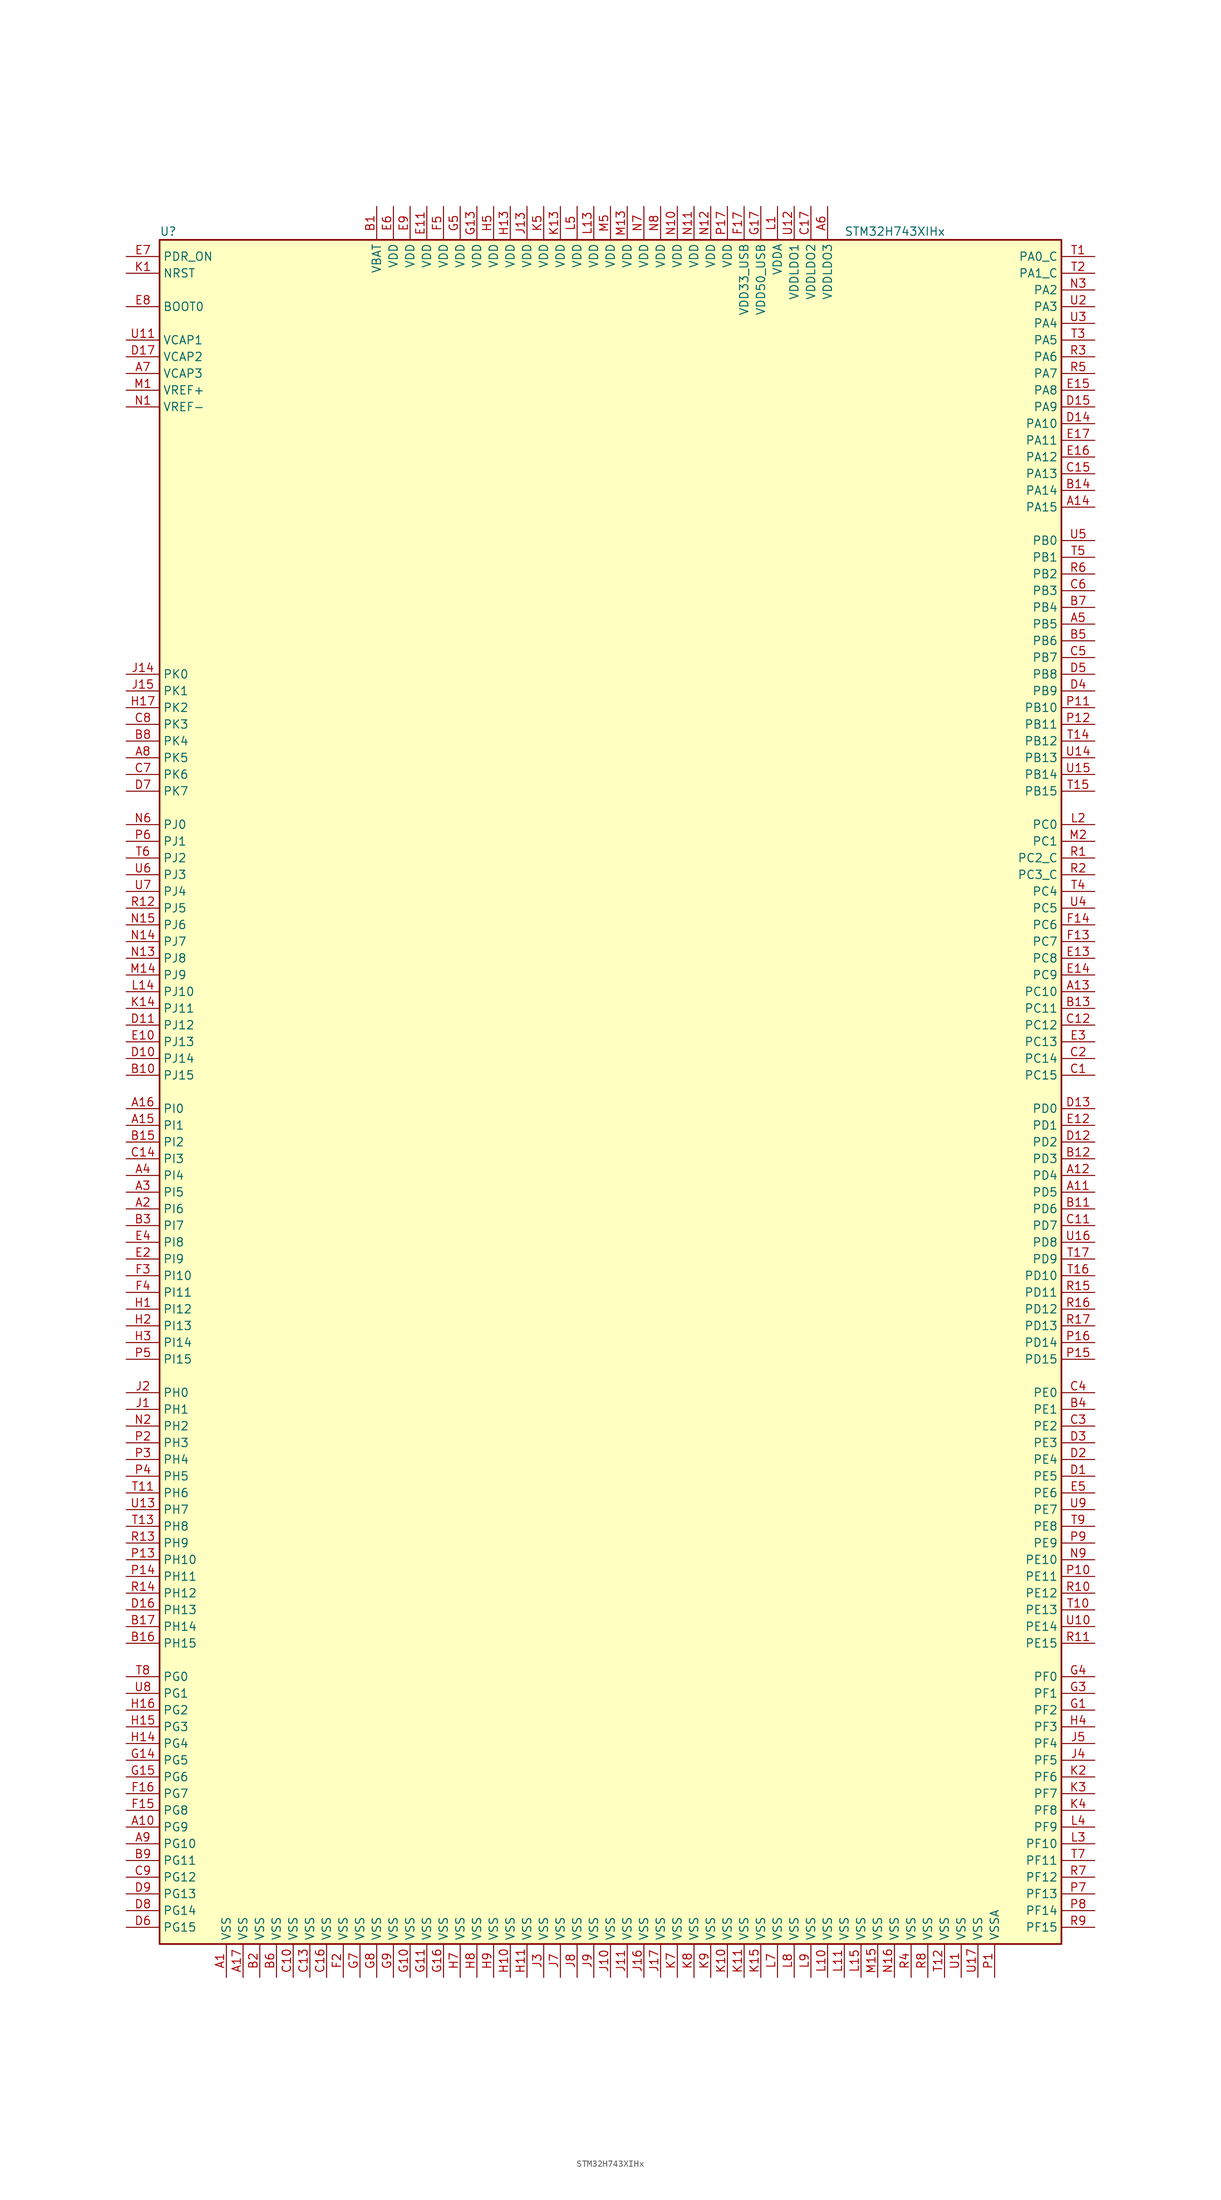
<source format=kicad_sym>
(kicad_symbol_lib
  (version 20201005)
  (generator kicad_symbol_editor)
  (symbol "MCU_ST_STM32H7:STM32H743XIHx"
    (property "Reference" "U"
      (at -68.58 130.81 0)
      (effects (font (size 1.27 1.27)) (justify left)))
    (property "Value" "STM32H743XIHx"
      (at 35.56 130.81 0)
      (effects (font (size 1.27 1.27)) (justify left)))
    (symbol "STM32H743XIHx_0_1"
      (rectangle (start -68.58 -129.54) (end 68.58 129.54) (stroke (width 0.254)) (fill (type background))))
    (symbol "STM32H743XIHx_1_1"
      (pin input line (at -73.66 119.38 0) (length 5.08) (name "BOOT0" (effects (font (size 1.27 1.27)))) (number "E8" (effects (font (size 1.27 1.27)))))
      (pin no_connect line (at -68.58 -127 0) (length 5.08) hide (name "NC" (effects (font (size 1.27 1.27)))) (number "E1" (effects (font (size 1.27 1.27)))))
      (pin no_connect line (at -68.58 -124.46 0) (length 5.08) hide (name "NC" (effects (font (size 1.27 1.27)))) (number "F1" (effects (font (size 1.27 1.27)))))
      (pin no_connect line (at -68.58 -121.92 0) (length 5.08) hide (name "NC" (effects (font (size 1.27 1.27)))) (number "G2" (effects (font (size 1.27 1.27)))))
      (pin no_connect line (at -68.58 -119.38 0) (length 5.08) hide (name "NC" (effects (font (size 1.27 1.27)))) (number "K16" (effects (font (size 1.27 1.27)))))
      (pin no_connect line (at -68.58 -116.84 0) (length 5.08) hide (name "NC" (effects (font (size 1.27 1.27)))) (number "K17" (effects (font (size 1.27 1.27)))))
      (pin no_connect line (at -68.58 -114.3 0) (length 5.08) hide (name "NC" (effects (font (size 1.27 1.27)))) (number "L16" (effects (font (size 1.27 1.27)))))
      (pin no_connect line (at -68.58 -111.76 0) (length 5.08) hide (name "NC" (effects (font (size 1.27 1.27)))) (number "L17" (effects (font (size 1.27 1.27)))))
      (pin no_connect line (at -68.58 -109.22 0) (length 5.08) hide (name "NC" (effects (font (size 1.27 1.27)))) (number "M16" (effects (font (size 1.27 1.27)))))
      (pin no_connect line (at -68.58 -106.68 0) (length 5.08) hide (name "NC" (effects (font (size 1.27 1.27)))) (number "M17" (effects (font (size 1.27 1.27)))))
      (pin no_connect line (at -68.58 -104.14 0) (length 5.08) hide (name "NC" (effects (font (size 1.27 1.27)))) (number "N17" (effects (font (size 1.27 1.27)))))
      (pin input line (at -73.66 124.46 0) (length 5.08) (name "NRST" (effects (font (size 1.27 1.27)))) (number "K1" (effects (font (size 1.27 1.27)))))
      (pin bidirectional line (at 73.66 127 180) (length 5.08) (name "PA0_C" (effects (font (size 1.27 1.27)))) (number "T1" (effects (font (size 1.27 1.27)))))
      (pin bidirectional line (at 73.66 101.6 180) (length 5.08) (name "PA10" (effects (font (size 1.27 1.27)))) (number "D14" (effects (font (size 1.27 1.27)))))
      (pin bidirectional line (at 73.66 99.06 180) (length 5.08) (name "PA11" (effects (font (size 1.27 1.27)))) (number "E17" (effects (font (size 1.27 1.27)))))
      (pin bidirectional line (at 73.66 96.52 180) (length 5.08) (name "PA12" (effects (font (size 1.27 1.27)))) (number "E16" (effects (font (size 1.27 1.27)))))
      (pin bidirectional line (at 73.66 93.98 180) (length 5.08) (name "PA13" (effects (font (size 1.27 1.27)))) (number "C15" (effects (font (size 1.27 1.27)))))
      (pin bidirectional line (at 73.66 91.44 180) (length 5.08) (name "PA14" (effects (font (size 1.27 1.27)))) (number "B14" (effects (font (size 1.27 1.27)))))
      (pin bidirectional line (at 73.66 88.9 180) (length 5.08) (name "PA15" (effects (font (size 1.27 1.27)))) (number "A14" (effects (font (size 1.27 1.27)))))
      (pin bidirectional line (at 73.66 124.46 180) (length 5.08) (name "PA1_C" (effects (font (size 1.27 1.27)))) (number "T2" (effects (font (size 1.27 1.27)))))
      (pin bidirectional line (at 73.66 121.92 180) (length 5.08) (name "PA2" (effects (font (size 1.27 1.27)))) (number "N3" (effects (font (size 1.27 1.27)))))
      (pin bidirectional line (at 73.66 119.38 180) (length 5.08) (name "PA3" (effects (font (size 1.27 1.27)))) (number "U2" (effects (font (size 1.27 1.27)))))
      (pin bidirectional line (at 73.66 116.84 180) (length 5.08) (name "PA4" (effects (font (size 1.27 1.27)))) (number "U3" (effects (font (size 1.27 1.27)))))
      (pin bidirectional line (at 73.66 114.3 180) (length 5.08) (name "PA5" (effects (font (size 1.27 1.27)))) (number "T3" (effects (font (size 1.27 1.27)))))
      (pin bidirectional line (at 73.66 111.76 180) (length 5.08) (name "PA6" (effects (font (size 1.27 1.27)))) (number "R3" (effects (font (size 1.27 1.27)))))
      (pin bidirectional line (at 73.66 109.22 180) (length 5.08) (name "PA7" (effects (font (size 1.27 1.27)))) (number "R5" (effects (font (size 1.27 1.27)))))
      (pin bidirectional line (at 73.66 106.68 180) (length 5.08) (name "PA8" (effects (font (size 1.27 1.27)))) (number "E15" (effects (font (size 1.27 1.27)))))
      (pin bidirectional line (at 73.66 104.14 180) (length 5.08) (name "PA9" (effects (font (size 1.27 1.27)))) (number "D15" (effects (font (size 1.27 1.27)))))
      (pin bidirectional line (at 73.66 83.82 180) (length 5.08) (name "PB0" (effects (font (size 1.27 1.27)))) (number "U5" (effects (font (size 1.27 1.27)))))
      (pin bidirectional line (at 73.66 81.28 180) (length 5.08) (name "PB1" (effects (font (size 1.27 1.27)))) (number "T5" (effects (font (size 1.27 1.27)))))
      (pin bidirectional line (at 73.66 58.42 180) (length 5.08) (name "PB10" (effects (font (size 1.27 1.27)))) (number "P11" (effects (font (size 1.27 1.27)))))
      (pin bidirectional line (at 73.66 55.88 180) (length 5.08) (name "PB11" (effects (font (size 1.27 1.27)))) (number "P12" (effects (font (size 1.27 1.27)))))
      (pin bidirectional line (at 73.66 53.34 180) (length 5.08) (name "PB12" (effects (font (size 1.27 1.27)))) (number "T14" (effects (font (size 1.27 1.27)))))
      (pin bidirectional line (at 73.66 50.8 180) (length 5.08) (name "PB13" (effects (font (size 1.27 1.27)))) (number "U14" (effects (font (size 1.27 1.27)))))
      (pin bidirectional line (at 73.66 48.26 180) (length 5.08) (name "PB14" (effects (font (size 1.27 1.27)))) (number "U15" (effects (font (size 1.27 1.27)))))
      (pin bidirectional line (at 73.66 45.72 180) (length 5.08) (name "PB15" (effects (font (size 1.27 1.27)))) (number "T15" (effects (font (size 1.27 1.27)))))
      (pin bidirectional line (at 73.66 78.74 180) (length 5.08) (name "PB2" (effects (font (size 1.27 1.27)))) (number "R6" (effects (font (size 1.27 1.27)))))
      (pin bidirectional line (at 73.66 76.2 180) (length 5.08) (name "PB3" (effects (font (size 1.27 1.27)))) (number "C6" (effects (font (size 1.27 1.27)))))
      (pin bidirectional line (at 73.66 73.66 180) (length 5.08) (name "PB4" (effects (font (size 1.27 1.27)))) (number "B7" (effects (font (size 1.27 1.27)))))
      (pin bidirectional line (at 73.66 71.12 180) (length 5.08) (name "PB5" (effects (font (size 1.27 1.27)))) (number "A5" (effects (font (size 1.27 1.27)))))
      (pin bidirectional line (at 73.66 68.58 180) (length 5.08) (name "PB6" (effects (font (size 1.27 1.27)))) (number "B5" (effects (font (size 1.27 1.27)))))
      (pin bidirectional line (at 73.66 66.04 180) (length 5.08) (name "PB7" (effects (font (size 1.27 1.27)))) (number "C5" (effects (font (size 1.27 1.27)))))
      (pin bidirectional line (at 73.66 63.5 180) (length 5.08) (name "PB8" (effects (font (size 1.27 1.27)))) (number "D5" (effects (font (size 1.27 1.27)))))
      (pin bidirectional line (at 73.66 60.96 180) (length 5.08) (name "PB9" (effects (font (size 1.27 1.27)))) (number "D4" (effects (font (size 1.27 1.27)))))
      (pin bidirectional line (at 73.66 40.64 180) (length 5.08) (name "PC0" (effects (font (size 1.27 1.27)))) (number "L2" (effects (font (size 1.27 1.27)))))
      (pin bidirectional line (at 73.66 38.1 180) (length 5.08) (name "PC1" (effects (font (size 1.27 1.27)))) (number "M2" (effects (font (size 1.27 1.27)))))
      (pin bidirectional line (at 73.66 15.24 180) (length 5.08) (name "PC10" (effects (font (size 1.27 1.27)))) (number "A13" (effects (font (size 1.27 1.27)))))
      (pin bidirectional line (at 73.66 12.7 180) (length 5.08) (name "PC11" (effects (font (size 1.27 1.27)))) (number "B13" (effects (font (size 1.27 1.27)))))
      (pin bidirectional line (at 73.66 10.16 180) (length 5.08) (name "PC12" (effects (font (size 1.27 1.27)))) (number "C12" (effects (font (size 1.27 1.27)))))
      (pin bidirectional line (at 73.66 7.62 180) (length 5.08) (name "PC13" (effects (font (size 1.27 1.27)))) (number "E3" (effects (font (size 1.27 1.27)))))
      (pin bidirectional line (at 73.66 5.08 180) (length 5.08) (name "PC14" (effects (font (size 1.27 1.27)))) (number "C2" (effects (font (size 1.27 1.27)))))
      (pin bidirectional line (at 73.66 2.54 180) (length 5.08) (name "PC15" (effects (font (size 1.27 1.27)))) (number "C1" (effects (font (size 1.27 1.27)))))
      (pin bidirectional line (at 73.66 35.56 180) (length 5.08) (name "PC2_C" (effects (font (size 1.27 1.27)))) (number "R1" (effects (font (size 1.27 1.27)))))
      (pin bidirectional line (at 73.66 33.02 180) (length 5.08) (name "PC3_C" (effects (font (size 1.27 1.27)))) (number "R2" (effects (font (size 1.27 1.27)))))
      (pin bidirectional line (at 73.66 30.48 180) (length 5.08) (name "PC4" (effects (font (size 1.27 1.27)))) (number "T4" (effects (font (size 1.27 1.27)))))
      (pin bidirectional line (at 73.66 27.94 180) (length 5.08) (name "PC5" (effects (font (size 1.27 1.27)))) (number "U4" (effects (font (size 1.27 1.27)))))
      (pin bidirectional line (at 73.66 25.4 180) (length 5.08) (name "PC6" (effects (font (size 1.27 1.27)))) (number "F14" (effects (font (size 1.27 1.27)))))
      (pin bidirectional line (at 73.66 22.86 180) (length 5.08) (name "PC7" (effects (font (size 1.27 1.27)))) (number "F13" (effects (font (size 1.27 1.27)))))
      (pin bidirectional line (at 73.66 20.32 180) (length 5.08) (name "PC8" (effects (font (size 1.27 1.27)))) (number "E13" (effects (font (size 1.27 1.27)))))
      (pin bidirectional line (at 73.66 17.78 180) (length 5.08) (name "PC9" (effects (font (size 1.27 1.27)))) (number "E14" (effects (font (size 1.27 1.27)))))
      (pin bidirectional line (at 73.66 -2.54 180) (length 5.08) (name "PD0" (effects (font (size 1.27 1.27)))) (number "D13" (effects (font (size 1.27 1.27)))))
      (pin bidirectional line (at 73.66 -5.08 180) (length 5.08) (name "PD1" (effects (font (size 1.27 1.27)))) (number "E12" (effects (font (size 1.27 1.27)))))
      (pin bidirectional line (at 73.66 -27.94 180) (length 5.08) (name "PD10" (effects (font (size 1.27 1.27)))) (number "T16" (effects (font (size 1.27 1.27)))))
      (pin bidirectional line (at 73.66 -30.48 180) (length 5.08) (name "PD11" (effects (font (size 1.27 1.27)))) (number "R15" (effects (font (size 1.27 1.27)))))
      (pin bidirectional line (at 73.66 -33.02 180) (length 5.08) (name "PD12" (effects (font (size 1.27 1.27)))) (number "R16" (effects (font (size 1.27 1.27)))))
      (pin bidirectional line (at 73.66 -35.56 180) (length 5.08) (name "PD13" (effects (font (size 1.27 1.27)))) (number "R17" (effects (font (size 1.27 1.27)))))
      (pin bidirectional line (at 73.66 -38.1 180) (length 5.08) (name "PD14" (effects (font (size 1.27 1.27)))) (number "P16" (effects (font (size 1.27 1.27)))))
      (pin bidirectional line (at 73.66 -40.64 180) (length 5.08) (name "PD15" (effects (font (size 1.27 1.27)))) (number "P15" (effects (font (size 1.27 1.27)))))
      (pin bidirectional line (at 73.66 -7.62 180) (length 5.08) (name "PD2" (effects (font (size 1.27 1.27)))) (number "D12" (effects (font (size 1.27 1.27)))))
      (pin bidirectional line (at 73.66 -10.16 180) (length 5.08) (name "PD3" (effects (font (size 1.27 1.27)))) (number "B12" (effects (font (size 1.27 1.27)))))
      (pin bidirectional line (at 73.66 -12.7 180) (length 5.08) (name "PD4" (effects (font (size 1.27 1.27)))) (number "A12" (effects (font (size 1.27 1.27)))))
      (pin bidirectional line (at 73.66 -15.24 180) (length 5.08) (name "PD5" (effects (font (size 1.27 1.27)))) (number "A11" (effects (font (size 1.27 1.27)))))
      (pin bidirectional line (at 73.66 -17.78 180) (length 5.08) (name "PD6" (effects (font (size 1.27 1.27)))) (number "B11" (effects (font (size 1.27 1.27)))))
      (pin bidirectional line (at 73.66 -20.32 180) (length 5.08) (name "PD7" (effects (font (size 1.27 1.27)))) (number "C11" (effects (font (size 1.27 1.27)))))
      (pin bidirectional line (at 73.66 -22.86 180) (length 5.08) (name "PD8" (effects (font (size 1.27 1.27)))) (number "U16" (effects (font (size 1.27 1.27)))))
      (pin bidirectional line (at 73.66 -25.4 180) (length 5.08) (name "PD9" (effects (font (size 1.27 1.27)))) (number "T17" (effects (font (size 1.27 1.27)))))
      (pin input line (at -73.66 127 0) (length 5.08) (name "PDR_ON" (effects (font (size 1.27 1.27)))) (number "E7" (effects (font (size 1.27 1.27)))))
      (pin bidirectional line (at 73.66 -45.72 180) (length 5.08) (name "PE0" (effects (font (size 1.27 1.27)))) (number "C4" (effects (font (size 1.27 1.27)))))
      (pin bidirectional line (at 73.66 -48.26 180) (length 5.08) (name "PE1" (effects (font (size 1.27 1.27)))) (number "B4" (effects (font (size 1.27 1.27)))))
      (pin bidirectional line (at 73.66 -71.12 180) (length 5.08) (name "PE10" (effects (font (size 1.27 1.27)))) (number "N9" (effects (font (size 1.27 1.27)))))
      (pin bidirectional line (at 73.66 -73.66 180) (length 5.08) (name "PE11" (effects (font (size 1.27 1.27)))) (number "P10" (effects (font (size 1.27 1.27)))))
      (pin bidirectional line (at 73.66 -76.2 180) (length 5.08) (name "PE12" (effects (font (size 1.27 1.27)))) (number "R10" (effects (font (size 1.27 1.27)))))
      (pin bidirectional line (at 73.66 -78.74 180) (length 5.08) (name "PE13" (effects (font (size 1.27 1.27)))) (number "T10" (effects (font (size 1.27 1.27)))))
      (pin bidirectional line (at 73.66 -81.28 180) (length 5.08) (name "PE14" (effects (font (size 1.27 1.27)))) (number "U10" (effects (font (size 1.27 1.27)))))
      (pin bidirectional line (at 73.66 -83.82 180) (length 5.08) (name "PE15" (effects (font (size 1.27 1.27)))) (number "R11" (effects (font (size 1.27 1.27)))))
      (pin bidirectional line (at 73.66 -50.8 180) (length 5.08) (name "PE2" (effects (font (size 1.27 1.27)))) (number "C3" (effects (font (size 1.27 1.27)))))
      (pin bidirectional line (at 73.66 -53.34 180) (length 5.08) (name "PE3" (effects (font (size 1.27 1.27)))) (number "D3" (effects (font (size 1.27 1.27)))))
      (pin bidirectional line (at 73.66 -55.88 180) (length 5.08) (name "PE4" (effects (font (size 1.27 1.27)))) (number "D2" (effects (font (size 1.27 1.27)))))
      (pin bidirectional line (at 73.66 -58.42 180) (length 5.08) (name "PE5" (effects (font (size 1.27 1.27)))) (number "D1" (effects (font (size 1.27 1.27)))))
      (pin bidirectional line (at 73.66 -60.96 180) (length 5.08) (name "PE6" (effects (font (size 1.27 1.27)))) (number "E5" (effects (font (size 1.27 1.27)))))
      (pin bidirectional line (at 73.66 -63.5 180) (length 5.08) (name "PE7" (effects (font (size 1.27 1.27)))) (number "U9" (effects (font (size 1.27 1.27)))))
      (pin bidirectional line (at 73.66 -66.04 180) (length 5.08) (name "PE8" (effects (font (size 1.27 1.27)))) (number "T9" (effects (font (size 1.27 1.27)))))
      (pin bidirectional line (at 73.66 -68.58 180) (length 5.08) (name "PE9" (effects (font (size 1.27 1.27)))) (number "P9" (effects (font (size 1.27 1.27)))))
      (pin bidirectional line (at 73.66 -88.9 180) (length 5.08) (name "PF0" (effects (font (size 1.27 1.27)))) (number "G4" (effects (font (size 1.27 1.27)))))
      (pin bidirectional line (at 73.66 -91.44 180) (length 5.08) (name "PF1" (effects (font (size 1.27 1.27)))) (number "G3" (effects (font (size 1.27 1.27)))))
      (pin bidirectional line (at 73.66 -114.3 180) (length 5.08) (name "PF10" (effects (font (size 1.27 1.27)))) (number "L3" (effects (font (size 1.27 1.27)))))
      (pin bidirectional line (at 73.66 -116.84 180) (length 5.08) (name "PF11" (effects (font (size 1.27 1.27)))) (number "T7" (effects (font (size 1.27 1.27)))))
      (pin bidirectional line (at 73.66 -119.38 180) (length 5.08) (name "PF12" (effects (font (size 1.27 1.27)))) (number "R7" (effects (font (size 1.27 1.27)))))
      (pin bidirectional line (at 73.66 -121.92 180) (length 5.08) (name "PF13" (effects (font (size 1.27 1.27)))) (number "P7" (effects (font (size 1.27 1.27)))))
      (pin bidirectional line (at 73.66 -124.46 180) (length 5.08) (name "PF14" (effects (font (size 1.27 1.27)))) (number "P8" (effects (font (size 1.27 1.27)))))
      (pin bidirectional line (at 73.66 -127 180) (length 5.08) (name "PF15" (effects (font (size 1.27 1.27)))) (number "R9" (effects (font (size 1.27 1.27)))))
      (pin bidirectional line (at 73.66 -93.98 180) (length 5.08) (name "PF2" (effects (font (size 1.27 1.27)))) (number "G1" (effects (font (size 1.27 1.27)))))
      (pin bidirectional line (at 73.66 -96.52 180) (length 5.08) (name "PF3" (effects (font (size 1.27 1.27)))) (number "H4" (effects (font (size 1.27 1.27)))))
      (pin bidirectional line (at 73.66 -99.06 180) (length 5.08) (name "PF4" (effects (font (size 1.27 1.27)))) (number "J5" (effects (font (size 1.27 1.27)))))
      (pin bidirectional line (at 73.66 -101.6 180) (length 5.08) (name "PF5" (effects (font (size 1.27 1.27)))) (number "J4" (effects (font (size 1.27 1.27)))))
      (pin bidirectional line (at 73.66 -104.14 180) (length 5.08) (name "PF6" (effects (font (size 1.27 1.27)))) (number "K2" (effects (font (size 1.27 1.27)))))
      (pin bidirectional line (at 73.66 -106.68 180) (length 5.08) (name "PF7" (effects (font (size 1.27 1.27)))) (number "K3" (effects (font (size 1.27 1.27)))))
      (pin bidirectional line (at 73.66 -109.22 180) (length 5.08) (name "PF8" (effects (font (size 1.27 1.27)))) (number "K4" (effects (font (size 1.27 1.27)))))
      (pin bidirectional line (at 73.66 -111.76 180) (length 5.08) (name "PF9" (effects (font (size 1.27 1.27)))) (number "L4" (effects (font (size 1.27 1.27)))))
      (pin bidirectional line (at -73.66 -88.9 0) (length 5.08) (name "PG0" (effects (font (size 1.27 1.27)))) (number "T8" (effects (font (size 1.27 1.27)))))
      (pin bidirectional line (at -73.66 -91.44 0) (length 5.08) (name "PG1" (effects (font (size 1.27 1.27)))) (number "U8" (effects (font (size 1.27 1.27)))))
      (pin bidirectional line (at -73.66 -114.3 0) (length 5.08) (name "PG10" (effects (font (size 1.27 1.27)))) (number "A9" (effects (font (size 1.27 1.27)))))
      (pin bidirectional line (at -73.66 -116.84 0) (length 5.08) (name "PG11" (effects (font (size 1.27 1.27)))) (number "B9" (effects (font (size 1.27 1.27)))))
      (pin bidirectional line (at -73.66 -119.38 0) (length 5.08) (name "PG12" (effects (font (size 1.27 1.27)))) (number "C9" (effects (font (size 1.27 1.27)))))
      (pin bidirectional line (at -73.66 -121.92 0) (length 5.08) (name "PG13" (effects (font (size 1.27 1.27)))) (number "D9" (effects (font (size 1.27 1.27)))))
      (pin bidirectional line (at -73.66 -124.46 0) (length 5.08) (name "PG14" (effects (font (size 1.27 1.27)))) (number "D8" (effects (font (size 1.27 1.27)))))
      (pin bidirectional line (at -73.66 -127 0) (length 5.08) (name "PG15" (effects (font (size 1.27 1.27)))) (number "D6" (effects (font (size 1.27 1.27)))))
      (pin bidirectional line (at -73.66 -93.98 0) (length 5.08) (name "PG2" (effects (font (size 1.27 1.27)))) (number "H16" (effects (font (size 1.27 1.27)))))
      (pin bidirectional line (at -73.66 -96.52 0) (length 5.08) (name "PG3" (effects (font (size 1.27 1.27)))) (number "H15" (effects (font (size 1.27 1.27)))))
      (pin bidirectional line (at -73.66 -99.06 0) (length 5.08) (name "PG4" (effects (font (size 1.27 1.27)))) (number "H14" (effects (font (size 1.27 1.27)))))
      (pin bidirectional line (at -73.66 -101.6 0) (length 5.08) (name "PG5" (effects (font (size 1.27 1.27)))) (number "G14" (effects (font (size 1.27 1.27)))))
      (pin bidirectional line (at -73.66 -104.14 0) (length 5.08) (name "PG6" (effects (font (size 1.27 1.27)))) (number "G15" (effects (font (size 1.27 1.27)))))
      (pin bidirectional line (at -73.66 -106.68 0) (length 5.08) (name "PG7" (effects (font (size 1.27 1.27)))) (number "F16" (effects (font (size 1.27 1.27)))))
      (pin bidirectional line (at -73.66 -109.22 0) (length 5.08) (name "PG8" (effects (font (size 1.27 1.27)))) (number "F15" (effects (font (size 1.27 1.27)))))
      (pin bidirectional line (at -73.66 -111.76 0) (length 5.08) (name "PG9" (effects (font (size 1.27 1.27)))) (number "A10" (effects (font (size 1.27 1.27)))))
      (pin input line (at -73.66 -45.72 0) (length 5.08) (name "PH0" (effects (font (size 1.27 1.27)))) (number "J2" (effects (font (size 1.27 1.27)))))
      (pin input line (at -73.66 -48.26 0) (length 5.08) (name "PH1" (effects (font (size 1.27 1.27)))) (number "J1" (effects (font (size 1.27 1.27)))))
      (pin bidirectional line (at -73.66 -71.12 0) (length 5.08) (name "PH10" (effects (font (size 1.27 1.27)))) (number "P13" (effects (font (size 1.27 1.27)))))
      (pin bidirectional line (at -73.66 -73.66 0) (length 5.08) (name "PH11" (effects (font (size 1.27 1.27)))) (number "P14" (effects (font (size 1.27 1.27)))))
      (pin bidirectional line (at -73.66 -76.2 0) (length 5.08) (name "PH12" (effects (font (size 1.27 1.27)))) (number "R14" (effects (font (size 1.27 1.27)))))
      (pin bidirectional line (at -73.66 -78.74 0) (length 5.08) (name "PH13" (effects (font (size 1.27 1.27)))) (number "D16" (effects (font (size 1.27 1.27)))))
      (pin bidirectional line (at -73.66 -81.28 0) (length 5.08) (name "PH14" (effects (font (size 1.27 1.27)))) (number "B17" (effects (font (size 1.27 1.27)))))
      (pin bidirectional line (at -73.66 -83.82 0) (length 5.08) (name "PH15" (effects (font (size 1.27 1.27)))) (number "B16" (effects (font (size 1.27 1.27)))))
      (pin bidirectional line (at -73.66 -50.8 0) (length 5.08) (name "PH2" (effects (font (size 1.27 1.27)))) (number "N2" (effects (font (size 1.27 1.27)))))
      (pin bidirectional line (at -73.66 -53.34 0) (length 5.08) (name "PH3" (effects (font (size 1.27 1.27)))) (number "P2" (effects (font (size 1.27 1.27)))))
      (pin bidirectional line (at -73.66 -55.88 0) (length 5.08) (name "PH4" (effects (font (size 1.27 1.27)))) (number "P3" (effects (font (size 1.27 1.27)))))
      (pin bidirectional line (at -73.66 -58.42 0) (length 5.08) (name "PH5" (effects (font (size 1.27 1.27)))) (number "P4" (effects (font (size 1.27 1.27)))))
      (pin bidirectional line (at -73.66 -60.96 0) (length 5.08) (name "PH6" (effects (font (size 1.27 1.27)))) (number "T11" (effects (font (size 1.27 1.27)))))
      (pin bidirectional line (at -73.66 -63.5 0) (length 5.08) (name "PH7" (effects (font (size 1.27 1.27)))) (number "U13" (effects (font (size 1.27 1.27)))))
      (pin bidirectional line (at -73.66 -66.04 0) (length 5.08) (name "PH8" (effects (font (size 1.27 1.27)))) (number "T13" (effects (font (size 1.27 1.27)))))
      (pin bidirectional line (at -73.66 -68.58 0) (length 5.08) (name "PH9" (effects (font (size 1.27 1.27)))) (number "R13" (effects (font (size 1.27 1.27)))))
      (pin bidirectional line (at -73.66 -2.54 0) (length 5.08) (name "PI0" (effects (font (size 1.27 1.27)))) (number "A16" (effects (font (size 1.27 1.27)))))
      (pin bidirectional line (at -73.66 -5.08 0) (length 5.08) (name "PI1" (effects (font (size 1.27 1.27)))) (number "A15" (effects (font (size 1.27 1.27)))))
      (pin bidirectional line (at -73.66 -27.94 0) (length 5.08) (name "PI10" (effects (font (size 1.27 1.27)))) (number "F3" (effects (font (size 1.27 1.27)))))
      (pin bidirectional line (at -73.66 -30.48 0) (length 5.08) (name "PI11" (effects (font (size 1.27 1.27)))) (number "F4" (effects (font (size 1.27 1.27)))))
      (pin bidirectional line (at -73.66 -33.02 0) (length 5.08) (name "PI12" (effects (font (size 1.27 1.27)))) (number "H1" (effects (font (size 1.27 1.27)))))
      (pin bidirectional line (at -73.66 -35.56 0) (length 5.08) (name "PI13" (effects (font (size 1.27 1.27)))) (number "H2" (effects (font (size 1.27 1.27)))))
      (pin bidirectional line (at -73.66 -38.1 0) (length 5.08) (name "PI14" (effects (font (size 1.27 1.27)))) (number "H3" (effects (font (size 1.27 1.27)))))
      (pin bidirectional line (at -73.66 -40.64 0) (length 5.08) (name "PI15" (effects (font (size 1.27 1.27)))) (number "P5" (effects (font (size 1.27 1.27)))))
      (pin bidirectional line (at -73.66 -7.62 0) (length 5.08) (name "PI2" (effects (font (size 1.27 1.27)))) (number "B15" (effects (font (size 1.27 1.27)))))
      (pin bidirectional line (at -73.66 -10.16 0) (length 5.08) (name "PI3" (effects (font (size 1.27 1.27)))) (number "C14" (effects (font (size 1.27 1.27)))))
      (pin bidirectional line (at -73.66 -12.7 0) (length 5.08) (name "PI4" (effects (font (size 1.27 1.27)))) (number "A4" (effects (font (size 1.27 1.27)))))
      (pin bidirectional line (at -73.66 -15.24 0) (length 5.08) (name "PI5" (effects (font (size 1.27 1.27)))) (number "A3" (effects (font (size 1.27 1.27)))))
      (pin bidirectional line (at -73.66 -17.78 0) (length 5.08) (name "PI6" (effects (font (size 1.27 1.27)))) (number "A2" (effects (font (size 1.27 1.27)))))
      (pin bidirectional line (at -73.66 -20.32 0) (length 5.08) (name "PI7" (effects (font (size 1.27 1.27)))) (number "B3" (effects (font (size 1.27 1.27)))))
      (pin bidirectional line (at -73.66 -22.86 0) (length 5.08) (name "PI8" (effects (font (size 1.27 1.27)))) (number "E4" (effects (font (size 1.27 1.27)))))
      (pin bidirectional line (at -73.66 -25.4 0) (length 5.08) (name "PI9" (effects (font (size 1.27 1.27)))) (number "E2" (effects (font (size 1.27 1.27)))))
      (pin bidirectional line (at -73.66 40.64 0) (length 5.08) (name "PJ0" (effects (font (size 1.27 1.27)))) (number "N6" (effects (font (size 1.27 1.27)))))
      (pin bidirectional line (at -73.66 38.1 0) (length 5.08) (name "PJ1" (effects (font (size 1.27 1.27)))) (number "P6" (effects (font (size 1.27 1.27)))))
      (pin bidirectional line (at -73.66 15.24 0) (length 5.08) (name "PJ10" (effects (font (size 1.27 1.27)))) (number "L14" (effects (font (size 1.27 1.27)))))
      (pin bidirectional line (at -73.66 12.7 0) (length 5.08) (name "PJ11" (effects (font (size 1.27 1.27)))) (number "K14" (effects (font (size 1.27 1.27)))))
      (pin bidirectional line (at -73.66 10.16 0) (length 5.08) (name "PJ12" (effects (font (size 1.27 1.27)))) (number "D11" (effects (font (size 1.27 1.27)))))
      (pin bidirectional line (at -73.66 7.62 0) (length 5.08) (name "PJ13" (effects (font (size 1.27 1.27)))) (number "E10" (effects (font (size 1.27 1.27)))))
      (pin bidirectional line (at -73.66 5.08 0) (length 5.08) (name "PJ14" (effects (font (size 1.27 1.27)))) (number "D10" (effects (font (size 1.27 1.27)))))
      (pin bidirectional line (at -73.66 2.54 0) (length 5.08) (name "PJ15" (effects (font (size 1.27 1.27)))) (number "B10" (effects (font (size 1.27 1.27)))))
      (pin bidirectional line (at -73.66 35.56 0) (length 5.08) (name "PJ2" (effects (font (size 1.27 1.27)))) (number "T6" (effects (font (size 1.27 1.27)))))
      (pin bidirectional line (at -73.66 33.02 0) (length 5.08) (name "PJ3" (effects (font (size 1.27 1.27)))) (number "U6" (effects (font (size 1.27 1.27)))))
      (pin bidirectional line (at -73.66 30.48 0) (length 5.08) (name "PJ4" (effects (font (size 1.27 1.27)))) (number "U7" (effects (font (size 1.27 1.27)))))
      (pin bidirectional line (at -73.66 27.94 0) (length 5.08) (name "PJ5" (effects (font (size 1.27 1.27)))) (number "R12" (effects (font (size 1.27 1.27)))))
      (pin bidirectional line (at -73.66 25.4 0) (length 5.08) (name "PJ6" (effects (font (size 1.27 1.27)))) (number "N15" (effects (font (size 1.27 1.27)))))
      (pin bidirectional line (at -73.66 22.86 0) (length 5.08) (name "PJ7" (effects (font (size 1.27 1.27)))) (number "N14" (effects (font (size 1.27 1.27)))))
      (pin bidirectional line (at -73.66 20.32 0) (length 5.08) (name "PJ8" (effects (font (size 1.27 1.27)))) (number "N13" (effects (font (size 1.27 1.27)))))
      (pin bidirectional line (at -73.66 17.78 0) (length 5.08) (name "PJ9" (effects (font (size 1.27 1.27)))) (number "M14" (effects (font (size 1.27 1.27)))))
      (pin bidirectional line (at -73.66 63.5 0) (length 5.08) (name "PK0" (effects (font (size 1.27 1.27)))) (number "J14" (effects (font (size 1.27 1.27)))))
      (pin bidirectional line (at -73.66 60.96 0) (length 5.08) (name "PK1" (effects (font (size 1.27 1.27)))) (number "J15" (effects (font (size 1.27 1.27)))))
      (pin bidirectional line (at -73.66 58.42 0) (length 5.08) (name "PK2" (effects (font (size 1.27 1.27)))) (number "H17" (effects (font (size 1.27 1.27)))))
      (pin bidirectional line (at -73.66 55.88 0) (length 5.08) (name "PK3" (effects (font (size 1.27 1.27)))) (number "C8" (effects (font (size 1.27 1.27)))))
      (pin bidirectional line (at -73.66 53.34 0) (length 5.08) (name "PK4" (effects (font (size 1.27 1.27)))) (number "B8" (effects (font (size 1.27 1.27)))))
      (pin bidirectional line (at -73.66 50.8 0) (length 5.08) (name "PK5" (effects (font (size 1.27 1.27)))) (number "A8" (effects (font (size 1.27 1.27)))))
      (pin bidirectional line (at -73.66 48.26 0) (length 5.08) (name "PK6" (effects (font (size 1.27 1.27)))) (number "C7" (effects (font (size 1.27 1.27)))))
      (pin bidirectional line (at -73.66 45.72 0) (length 5.08) (name "PK7" (effects (font (size 1.27 1.27)))) (number "D7" (effects (font (size 1.27 1.27)))))
      (pin power_in line (at -35.56 134.62 270) (length 5.08) (name "VBAT" (effects (font (size 1.27 1.27)))) (number "B1" (effects (font (size 1.27 1.27)))))
      (pin power_in line (at -73.66 114.3 0) (length 5.08) (name "VCAP1" (effects (font (size 1.27 1.27)))) (number "U11" (effects (font (size 1.27 1.27)))))
      (pin power_in line (at -73.66 111.76 0) (length 5.08) (name "VCAP2" (effects (font (size 1.27 1.27)))) (number "D17" (effects (font (size 1.27 1.27)))))
      (pin power_in line (at -73.66 109.22 0) (length 5.08) (name "VCAP3" (effects (font (size 1.27 1.27)))) (number "A7" (effects (font (size 1.27 1.27)))))
      (pin power_in line (at -27.94 134.62 270) (length 5.08) (name "VDD" (effects (font (size 1.27 1.27)))) (number "E11" (effects (font (size 1.27 1.27)))))
      (pin power_in line (at -33.02 134.62 270) (length 5.08) (name "VDD" (effects (font (size 1.27 1.27)))) (number "E6" (effects (font (size 1.27 1.27)))))
      (pin power_in line (at -30.48 134.62 270) (length 5.08) (name "VDD" (effects (font (size 1.27 1.27)))) (number "E9" (effects (font (size 1.27 1.27)))))
      (pin power_in line (at -25.4 134.62 270) (length 5.08) (name "VDD" (effects (font (size 1.27 1.27)))) (number "F5" (effects (font (size 1.27 1.27)))))
      (pin power_in line (at -20.32 134.62 270) (length 5.08) (name "VDD" (effects (font (size 1.27 1.27)))) (number "G13" (effects (font (size 1.27 1.27)))))
      (pin power_in line (at -22.86 134.62 270) (length 5.08) (name "VDD" (effects (font (size 1.27 1.27)))) (number "G5" (effects (font (size 1.27 1.27)))))
      (pin power_in line (at -15.24 134.62 270) (length 5.08) (name "VDD" (effects (font (size 1.27 1.27)))) (number "H13" (effects (font (size 1.27 1.27)))))
      (pin power_in line (at -17.78 134.62 270) (length 5.08) (name "VDD" (effects (font (size 1.27 1.27)))) (number "H5" (effects (font (size 1.27 1.27)))))
      (pin power_in line (at -12.7 134.62 270) (length 5.08) (name "VDD" (effects (font (size 1.27 1.27)))) (number "J13" (effects (font (size 1.27 1.27)))))
      (pin power_in line (at -7.62 134.62 270) (length 5.08) (name "VDD" (effects (font (size 1.27 1.27)))) (number "K13" (effects (font (size 1.27 1.27)))))
      (pin power_in line (at -10.16 134.62 270) (length 5.08) (name "VDD" (effects (font (size 1.27 1.27)))) (number "K5" (effects (font (size 1.27 1.27)))))
      (pin power_in line (at -2.54 134.62 270) (length 5.08) (name "VDD" (effects (font (size 1.27 1.27)))) (number "L13" (effects (font (size 1.27 1.27)))))
      (pin power_in line (at -5.08 134.62 270) (length 5.08) (name "VDD" (effects (font (size 1.27 1.27)))) (number "L5" (effects (font (size 1.27 1.27)))))
      (pin power_in line (at 2.54 134.62 270) (length 5.08) (name "VDD" (effects (font (size 1.27 1.27)))) (number "M13" (effects (font (size 1.27 1.27)))))
      (pin power_in line (at 0 134.62 270) (length 5.08) (name "VDD" (effects (font (size 1.27 1.27)))) (number "M5" (effects (font (size 1.27 1.27)))))
      (pin power_in line (at 10.16 134.62 270) (length 5.08) (name "VDD" (effects (font (size 1.27 1.27)))) (number "N10" (effects (font (size 1.27 1.27)))))
      (pin power_in line (at 12.7 134.62 270) (length 5.08) (name "VDD" (effects (font (size 1.27 1.27)))) (number "N11" (effects (font (size 1.27 1.27)))))
      (pin power_in line (at 15.24 134.62 270) (length 5.08) (name "VDD" (effects (font (size 1.27 1.27)))) (number "N12" (effects (font (size 1.27 1.27)))))
      (pin power_in line (at 5.08 134.62 270) (length 5.08) (name "VDD" (effects (font (size 1.27 1.27)))) (number "N7" (effects (font (size 1.27 1.27)))))
      (pin power_in line (at 7.62 134.62 270) (length 5.08) (name "VDD" (effects (font (size 1.27 1.27)))) (number "N8" (effects (font (size 1.27 1.27)))))
      (pin power_in line (at 17.78 134.62 270) (length 5.08) (name "VDD" (effects (font (size 1.27 1.27)))) (number "P17" (effects (font (size 1.27 1.27)))))
      (pin power_in line (at 20.32 134.62 270) (length 5.08) (name "VDD33_USB" (effects (font (size 1.27 1.27)))) (number "F17" (effects (font (size 1.27 1.27)))))
      (pin power_in line (at 22.86 134.62 270) (length 5.08) (name "VDD50_USB" (effects (font (size 1.27 1.27)))) (number "G17" (effects (font (size 1.27 1.27)))))
      (pin power_in line (at 25.4 134.62 270) (length 5.08) (name "VDDA" (effects (font (size 1.27 1.27)))) (number "L1" (effects (font (size 1.27 1.27)))))
      (pin power_in line (at 27.94 134.62 270) (length 5.08) (name "VDDLDO1" (effects (font (size 1.27 1.27)))) (number "U12" (effects (font (size 1.27 1.27)))))
      (pin power_in line (at 30.48 134.62 270) (length 5.08) (name "VDDLDO2" (effects (font (size 1.27 1.27)))) (number "C17" (effects (font (size 1.27 1.27)))))
      (pin power_in line (at 33.02 134.62 270) (length 5.08) (name "VDDLDO3" (effects (font (size 1.27 1.27)))) (number "A6" (effects (font (size 1.27 1.27)))))
      (pin bidirectional line (at -73.66 106.68 0) (length 5.08) (name "VREF+" (effects (font (size 1.27 1.27)))) (number "M1" (effects (font (size 1.27 1.27)))))
      (pin power_in line (at -73.66 104.14 0) (length 5.08) (name "VREF-" (effects (font (size 1.27 1.27)))) (number "N1" (effects (font (size 1.27 1.27)))))
      (pin power_in line (at -58.42 -134.62 90) (length 5.08) (name "VSS" (effects (font (size 1.27 1.27)))) (number "A1" (effects (font (size 1.27 1.27)))))
      (pin power_in line (at -55.88 -134.62 90) (length 5.08) (name "VSS" (effects (font (size 1.27 1.27)))) (number "A17" (effects (font (size 1.27 1.27)))))
      (pin power_in line (at -53.34 -134.62 90) (length 5.08) (name "VSS" (effects (font (size 1.27 1.27)))) (number "B2" (effects (font (size 1.27 1.27)))))
      (pin power_in line (at -50.8 -134.62 90) (length 5.08) (name "VSS" (effects (font (size 1.27 1.27)))) (number "B6" (effects (font (size 1.27 1.27)))))
      (pin power_in line (at -48.26 -134.62 90) (length 5.08) (name "VSS" (effects (font (size 1.27 1.27)))) (number "C10" (effects (font (size 1.27 1.27)))))
      (pin power_in line (at -45.72 -134.62 90) (length 5.08) (name "VSS" (effects (font (size 1.27 1.27)))) (number "C13" (effects (font (size 1.27 1.27)))))
      (pin power_in line (at -43.18 -134.62 90) (length 5.08) (name "VSS" (effects (font (size 1.27 1.27)))) (number "C16" (effects (font (size 1.27 1.27)))))
      (pin power_in line (at -40.64 -134.62 90) (length 5.08) (name "VSS" (effects (font (size 1.27 1.27)))) (number "F2" (effects (font (size 1.27 1.27)))))
      (pin power_in line (at -30.48 -134.62 90) (length 5.08) (name "VSS" (effects (font (size 1.27 1.27)))) (number "G10" (effects (font (size 1.27 1.27)))))
      (pin power_in line (at -27.94 -134.62 90) (length 5.08) (name "VSS" (effects (font (size 1.27 1.27)))) (number "G11" (effects (font (size 1.27 1.27)))))
      (pin power_in line (at -25.4 -134.62 90) (length 5.08) (name "VSS" (effects (font (size 1.27 1.27)))) (number "G16" (effects (font (size 1.27 1.27)))))
      (pin power_in line (at -38.1 -134.62 90) (length 5.08) (name "VSS" (effects (font (size 1.27 1.27)))) (number "G7" (effects (font (size 1.27 1.27)))))
      (pin power_in line (at -35.56 -134.62 90) (length 5.08) (name "VSS" (effects (font (size 1.27 1.27)))) (number "G8" (effects (font (size 1.27 1.27)))))
      (pin power_in line (at -33.02 -134.62 90) (length 5.08) (name "VSS" (effects (font (size 1.27 1.27)))) (number "G9" (effects (font (size 1.27 1.27)))))
      (pin power_in line (at -15.24 -134.62 90) (length 5.08) (name "VSS" (effects (font (size 1.27 1.27)))) (number "H10" (effects (font (size 1.27 1.27)))))
      (pin power_in line (at -12.7 -134.62 90) (length 5.08) (name "VSS" (effects (font (size 1.27 1.27)))) (number "H11" (effects (font (size 1.27 1.27)))))
      (pin power_in line (at -22.86 -134.62 90) (length 5.08) (name "VSS" (effects (font (size 1.27 1.27)))) (number "H7" (effects (font (size 1.27 1.27)))))
      (pin power_in line (at -20.32 -134.62 90) (length 5.08) (name "VSS" (effects (font (size 1.27 1.27)))) (number "H8" (effects (font (size 1.27 1.27)))))
      (pin power_in line (at -17.78 -134.62 90) (length 5.08) (name "VSS" (effects (font (size 1.27 1.27)))) (number "H9" (effects (font (size 1.27 1.27)))))
      (pin power_in line (at 0 -134.62 90) (length 5.08) (name "VSS" (effects (font (size 1.27 1.27)))) (number "J10" (effects (font (size 1.27 1.27)))))
      (pin power_in line (at 2.54 -134.62 90) (length 5.08) (name "VSS" (effects (font (size 1.27 1.27)))) (number "J11" (effects (font (size 1.27 1.27)))))
      (pin power_in line (at 5.08 -134.62 90) (length 5.08) (name "VSS" (effects (font (size 1.27 1.27)))) (number "J16" (effects (font (size 1.27 1.27)))))
      (pin power_in line (at 7.62 -134.62 90) (length 5.08) (name "VSS" (effects (font (size 1.27 1.27)))) (number "J17" (effects (font (size 1.27 1.27)))))
      (pin power_in line (at -10.16 -134.62 90) (length 5.08) (name "VSS" (effects (font (size 1.27 1.27)))) (number "J3" (effects (font (size 1.27 1.27)))))
      (pin power_in line (at -7.62 -134.62 90) (length 5.08) (name "VSS" (effects (font (size 1.27 1.27)))) (number "J7" (effects (font (size 1.27 1.27)))))
      (pin power_in line (at -5.08 -134.62 90) (length 5.08) (name "VSS" (effects (font (size 1.27 1.27)))) (number "J8" (effects (font (size 1.27 1.27)))))
      (pin power_in line (at -2.54 -134.62 90) (length 5.08) (name "VSS" (effects (font (size 1.27 1.27)))) (number "J9" (effects (font (size 1.27 1.27)))))
      (pin power_in line (at 17.78 -134.62 90) (length 5.08) (name "VSS" (effects (font (size 1.27 1.27)))) (number "K10" (effects (font (size 1.27 1.27)))))
      (pin power_in line (at 20.32 -134.62 90) (length 5.08) (name "VSS" (effects (font (size 1.27 1.27)))) (number "K11" (effects (font (size 1.27 1.27)))))
      (pin power_in line (at 22.86 -134.62 90) (length 5.08) (name "VSS" (effects (font (size 1.27 1.27)))) (number "K15" (effects (font (size 1.27 1.27)))))
      (pin power_in line (at 10.16 -134.62 90) (length 5.08) (name "VSS" (effects (font (size 1.27 1.27)))) (number "K7" (effects (font (size 1.27 1.27)))))
      (pin power_in line (at 12.7 -134.62 90) (length 5.08) (name "VSS" (effects (font (size 1.27 1.27)))) (number "K8" (effects (font (size 1.27 1.27)))))
      (pin power_in line (at 15.24 -134.62 90) (length 5.08) (name "VSS" (effects (font (size 1.27 1.27)))) (number "K9" (effects (font (size 1.27 1.27)))))
      (pin power_in line (at 33.02 -134.62 90) (length 5.08) (name "VSS" (effects (font (size 1.27 1.27)))) (number "L10" (effects (font (size 1.27 1.27)))))
      (pin power_in line (at 35.56 -134.62 90) (length 5.08) (name "VSS" (effects (font (size 1.27 1.27)))) (number "L11" (effects (font (size 1.27 1.27)))))
      (pin power_in line (at 38.1 -134.62 90) (length 5.08) (name "VSS" (effects (font (size 1.27 1.27)))) (number "L15" (effects (font (size 1.27 1.27)))))
      (pin power_in line (at 25.4 -134.62 90) (length 5.08) (name "VSS" (effects (font (size 1.27 1.27)))) (number "L7" (effects (font (size 1.27 1.27)))))
      (pin power_in line (at 27.94 -134.62 90) (length 5.08) (name "VSS" (effects (font (size 1.27 1.27)))) (number "L8" (effects (font (size 1.27 1.27)))))
      (pin power_in line (at 30.48 -134.62 90) (length 5.08) (name "VSS" (effects (font (size 1.27 1.27)))) (number "L9" (effects (font (size 1.27 1.27)))))
      (pin power_in line (at 40.64 -134.62 90) (length 5.08) (name "VSS" (effects (font (size 1.27 1.27)))) (number "M15" (effects (font (size 1.27 1.27)))))
      (pin power_in line (at 43.18 -134.62 90) (length 5.08) (name "VSS" (effects (font (size 1.27 1.27)))) (number "N16" (effects (font (size 1.27 1.27)))))
      (pin power_in line (at 45.72 -134.62 90) (length 5.08) (name "VSS" (effects (font (size 1.27 1.27)))) (number "R4" (effects (font (size 1.27 1.27)))))
      (pin power_in line (at 48.26 -134.62 90) (length 5.08) (name "VSS" (effects (font (size 1.27 1.27)))) (number "R8" (effects (font (size 1.27 1.27)))))
      (pin power_in line (at 50.8 -134.62 90) (length 5.08) (name "VSS" (effects (font (size 1.27 1.27)))) (number "T12" (effects (font (size 1.27 1.27)))))
      (pin power_in line (at 53.34 -134.62 90) (length 5.08) (name "VSS" (effects (font (size 1.27 1.27)))) (number "U1" (effects (font (size 1.27 1.27)))))
      (pin power_in line (at 55.88 -134.62 90) (length 5.08) (name "VSS" (effects (font (size 1.27 1.27)))) (number "U17" (effects (font (size 1.27 1.27)))))
      (pin power_in line (at 58.42 -134.62 90) (length 5.08) (name "VSSA" (effects (font (size 1.27 1.27)))) (number "P1" (effects (font (size 1.27 1.27))))))))
</source>
